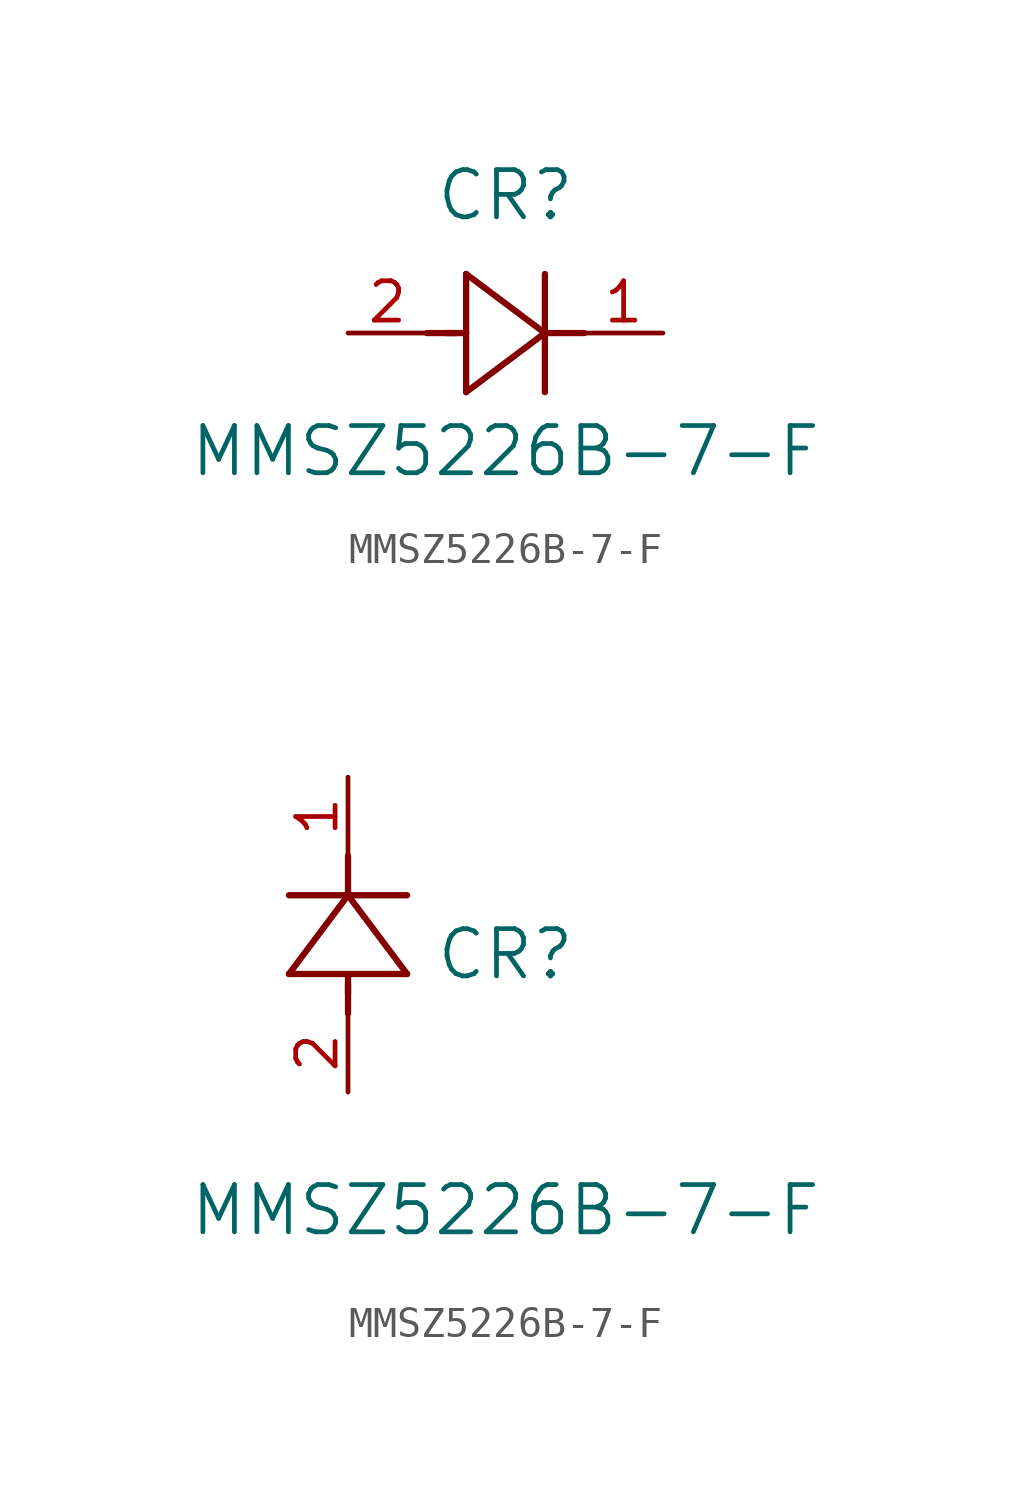
<source format=kicad_sym>
(kicad_symbol_lib
  (version 20211014)
  (generator kicad_symbol_editor)
  (symbol "MMSZ5226B-7-F"
    (pin_names
      (offset 0.254))
    (property "Reference" "CR"
      (at 5.08 4.445 0)
      (effects (font (size 1.524 1.524))))
    (property "Value" "MMSZ5226B-7-F"
      (at 5.08 -3.81 0)
      (effects (font (size 1.524 1.524))))
    (symbol "MMSZ5226B-7-F_1_1"
      (polyline (pts (xy 2.54 0) (xy 3.48 0)) (stroke (width 0.203) (type default) (color 0 0 0 0)) (fill (type none)))
      (polyline (pts (xy 3.81 1.905) (xy 3.81 -1.905)) (stroke (width 0.203) (type default) (color 0 0 0 0)) (fill (type none)))
      (polyline (pts (xy 3.175 0) (xy 3.81 0)) (stroke (width 0.203) (type default) (color 0 0 0 0)) (fill (type none)))
      (polyline (pts (xy 6.35 -1.905) (xy 6.35 1.905)) (stroke (width 0.203) (type default) (color 0 0 0 0)) (fill (type none)))
      (polyline (pts (xy 6.35 0) (xy 7.62 0)) (stroke (width 0.203) (type default) (color 0 0 0 0)) (fill (type none)))
      (polyline (pts (xy 6.35 0) (xy 3.81 1.905)) (stroke (width 0.203) (type default) (color 0 0 0 0)) (fill (type none)))
      (polyline (pts (xy 3.81 -1.905) (xy 6.35 0)) (stroke (width 0.203) (type default) (color 0 0 0 0)) (fill (type none)))
      (pin unspecified line (at 0 0 0) (length 2.54) (name "" (effects (font (size 1.27 1.27)))) (number "2" (effects (font (size 1.27 1.27)))))
      (pin unspecified line (at 10.16 0 180) (length 2.54) (name "" (effects (font (size 1.27 1.27)))) (number "1" (effects (font (size 1.27 1.27))))))
    (symbol "MMSZ5226B-7-F_1_2"
      (polyline (pts (xy 0 2.54) (xy 0 3.48)) (stroke (width 0.203) (type default) (color 0 0 0 0)) (fill (type none)))
      (polyline (pts (xy -1.905 3.81) (xy 1.905 3.81)) (stroke (width 0.203) (type default) (color 0 0 0 0)) (fill (type none)))
      (polyline (pts (xy 0 3.175) (xy 0 3.81)) (stroke (width 0.203) (type default) (color 0 0 0 0)) (fill (type none)))
      (polyline (pts (xy 1.905 6.35) (xy -1.905 6.35)) (stroke (width 0.203) (type default) (color 0 0 0 0)) (fill (type none)))
      (polyline (pts (xy 0 6.35) (xy 0 7.62)) (stroke (width 0.203) (type default) (color 0 0 0 0)) (fill (type none)))
      (polyline (pts (xy 0 6.35) (xy -1.905 3.81)) (stroke (width 0.203) (type default) (color 0 0 0 0)) (fill (type none)))
      (polyline (pts (xy 1.905 3.81) (xy 0 6.35)) (stroke (width 0.203) (type default) (color 0 0 0 0)) (fill (type none)))
      (pin unspecified line (at 0 0 90) (length 2.54) (name "" (effects (font (size 1.27 1.27)))) (number "2" (effects (font (size 1.27 1.27)))))
      (pin unspecified line (at 0 10.16 270) (length 2.54) (name "" (effects (font (size 1.27 1.27)))) (number "1" (effects (font (size 1.27 1.27))))))))
</source>
